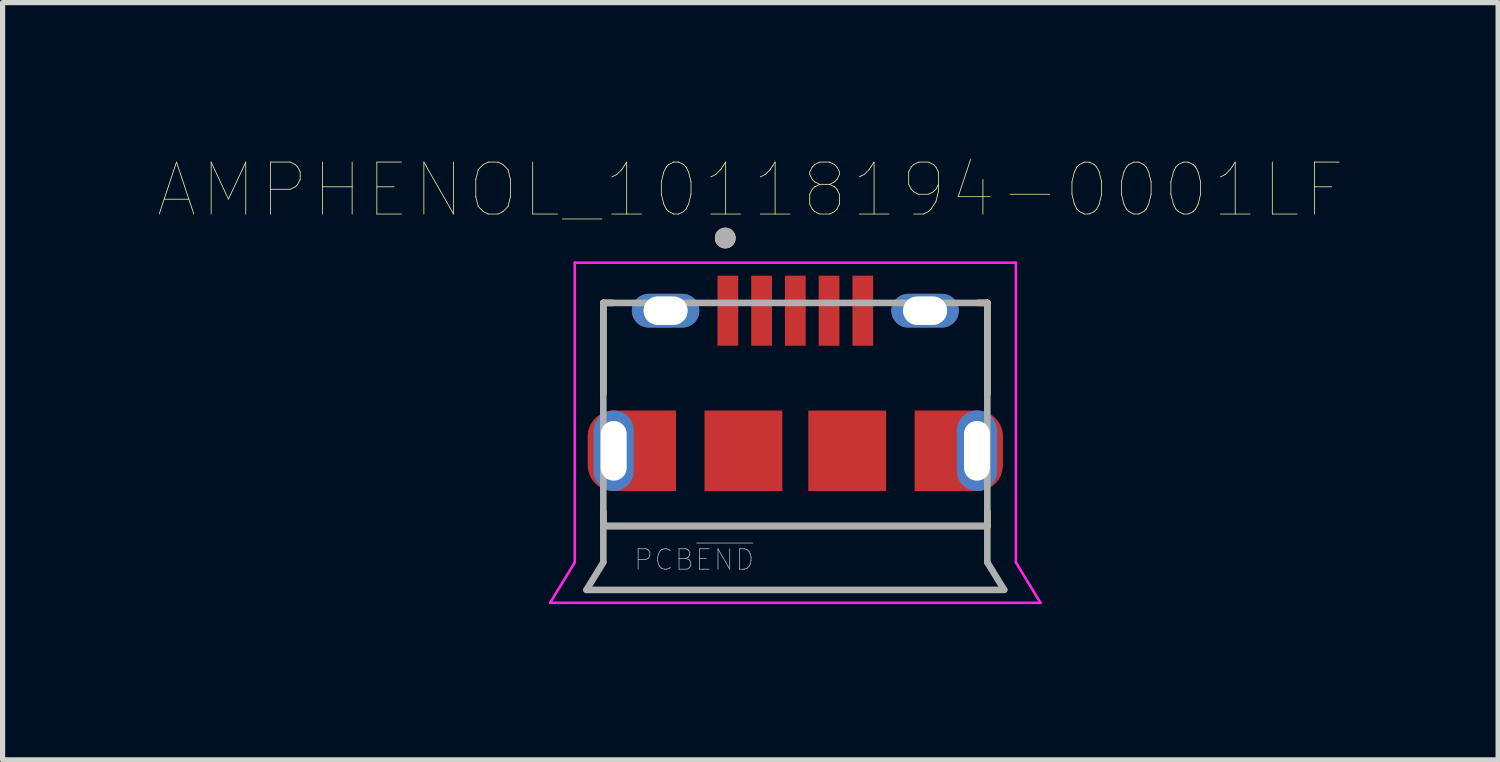
<source format=kicad_pcb>
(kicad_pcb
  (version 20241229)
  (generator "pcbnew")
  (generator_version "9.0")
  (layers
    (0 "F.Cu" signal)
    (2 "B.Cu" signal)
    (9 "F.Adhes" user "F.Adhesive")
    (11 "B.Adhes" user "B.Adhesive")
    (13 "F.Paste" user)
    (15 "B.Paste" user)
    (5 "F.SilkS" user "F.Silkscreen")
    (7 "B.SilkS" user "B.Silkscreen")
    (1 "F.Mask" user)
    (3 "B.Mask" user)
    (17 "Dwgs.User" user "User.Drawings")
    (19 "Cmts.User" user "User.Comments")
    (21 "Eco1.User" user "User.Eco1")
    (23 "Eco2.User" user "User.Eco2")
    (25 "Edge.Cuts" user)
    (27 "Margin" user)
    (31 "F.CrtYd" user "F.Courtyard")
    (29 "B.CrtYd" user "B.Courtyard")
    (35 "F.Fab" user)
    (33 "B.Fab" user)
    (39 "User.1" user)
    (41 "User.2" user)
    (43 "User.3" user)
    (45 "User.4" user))
  (footprint "AMPHENOL_10118194-0001LF"
    (layer "F.Cu")
    (at 12.276 5.637)
    (property "Reference" "AMPHENOL_10118194-0001LF" (at -0.866 -5.025 0) (layer "F.SilkS") (effects (font (size 1.001 1.001) (thickness 0.015))))
    (attr through_hole)
    (fp_poly (pts (xy -2.3 -0.78) (xy -2.3 0.775) (xy -3.498 0.775) (xy -3.498 0.575) (xy -3.486 0.575) (xy -3.473 0.574) (xy -3.46 0.572) (xy -3.447 0.57) (xy -3.434 0.567) (xy -3.422 0.563) (xy -3.41 0.558) (xy -3.398 0.553) (xy -3.386 0.548) (xy -3.374 0.542) (xy -3.363 0.535) (xy -3.353 0.527) (xy -3.342 0.52) (xy -3.332 0.511) (xy -3.323 0.502) (xy -3.314 0.493) (xy -3.305 0.483) (xy -3.298 0.472) (xy -3.29 0.462) (xy -3.283 0.451) (xy -3.277 0.439) (xy -3.272 0.427) (xy -3.267 0.415) (xy -3.262 0.403) (xy -3.258 0.391) (xy -3.255 0.378) (xy -3.253 0.365) (xy -3.251 0.352) (xy -3.25 0.339) (xy -3.25 0.325) (xy -3.25 0.315) (xy -3.25 -0.315) (xy -3.25 -0.325) (xy -3.25 -0.338) (xy -3.251 -0.351) (xy -3.253 -0.364) (xy -3.255 -0.377) (xy -3.259 -0.39) (xy -3.262 -0.402) (xy -3.267 -0.415) (xy -3.272 -0.427) (xy -3.277 -0.438) (xy -3.283 -0.45) (xy -3.29 -0.461) (xy -3.298 -0.472) (xy -3.306 -0.482) (xy -3.314 -0.492) (xy -3.323 -0.502) (xy -3.333 -0.511) (xy -3.343 -0.519) (xy -3.353 -0.527) (xy -3.364 -0.535) (xy -3.375 -0.542) (xy -3.387 -0.548) (xy -3.398 -0.553) (xy -3.41 -0.558) (xy -3.423 -0.563) (xy -3.435 -0.566) (xy -3.448 -0.57) (xy -3.461 -0.572) (xy -3.474 -0.574) (xy -3.487 -0.575) (xy -3.5 -0.575) (xy -3.513 -0.575) (xy -3.526 -0.574) (xy -3.539 -0.572) (xy -3.552 -0.57) (xy -3.565 -0.566) (xy -3.577 -0.563) (xy -3.59 -0.558) (xy -3.602 -0.553) (xy -3.613 -0.548) (xy -3.625 -0.542) (xy -3.636 -0.535) (xy -3.647 -0.527) (xy -3.657 -0.519) (xy -3.667 -0.511) (xy -3.677 -0.502) (xy -3.686 -0.492) (xy -3.694 -0.482) (xy -3.702 -0.472) (xy -3.71 -0.461) (xy -3.717 -0.45) (xy -3.723 -0.438) (xy -3.728 -0.427) (xy -3.733 -0.415) (xy -3.738 -0.402) (xy -3.741 -0.39) (xy -3.745 -0.377) (xy -3.747 -0.364) (xy -3.749 -0.351) (xy -3.75 -0.338) (xy -3.75 -0.325) (xy -3.75 0.325) (xy -3.75 0.339) (xy -3.749 0.352) (xy -3.747 0.365) (xy -3.745 0.378) (xy -3.742 0.391) (xy -3.738 0.403) (xy -3.733 0.415) (xy -3.728 0.427) (xy -3.723 0.439) (xy -3.717 0.451) (xy -3.71 0.462) (xy -3.702 0.472) (xy -3.695 0.483) (xy -3.686 0.493) (xy -3.677 0.502) (xy -3.668 0.511) (xy -3.658 0.52) (xy -3.647 0.527) (xy -3.637 0.535) (xy -3.626 0.542) (xy -3.614 0.548) (xy -3.602 0.553) (xy -3.59 0.558) (xy -3.578 0.563) (xy -3.566 0.567) (xy -3.553 0.57) (xy -3.54 0.572) (xy -3.527 0.574) (xy -3.514 0.575) (xy -3.502 0.575) (xy -3.502 0.775) (xy -3.527 0.774) (xy -3.553 0.772) (xy -3.579 0.769) (xy -3.605 0.764) (xy -3.63 0.758) (xy -3.655 0.751) (xy -3.68 0.742) (xy -3.704 0.732) (xy -3.728 0.721) (xy -3.751 0.708) (xy -3.773 0.695) (xy -3.794 0.68) (xy -3.815 0.664) (xy -3.835 0.647) (xy -3.854 0.629) (xy -3.872 0.61) (xy -3.889 0.59) (xy -3.905 0.569) (xy -3.92 0.548) (xy -3.933 0.526) (xy -3.946 0.503) (xy -3.957 0.479) (xy -3.967 0.455) (xy -3.976 0.43) (xy -3.983 0.405) (xy -3.989 0.38) (xy -3.994 0.354) (xy -3.997 0.328) (xy -3.999 0.302) (xy -4 0.275) (xy -4 -0.275) (xy -3.999 -0.301) (xy -3.997 -0.327) (xy -3.994 -0.353) (xy -3.989 -0.379) (xy -3.983 -0.404) (xy -3.976 -0.43) (xy -3.967 -0.454) (xy -3.957 -0.478) (xy -3.946 -0.502) (xy -3.933 -0.525) (xy -3.919 -0.547) (xy -3.905 -0.569) (xy -3.889 -0.59) (xy -3.872 -0.61) (xy -3.854 -0.629) (xy -3.835 -0.647) (xy -3.815 -0.664) (xy -3.794 -0.68) (xy -3.772 -0.694) (xy -3.75 -0.708) (xy -3.727 -0.721) (xy -3.703 -0.732) (xy -3.679 -0.742) (xy -3.655 -0.751) (xy -3.629 -0.758) (xy -3.604 -0.764) (xy -3.578 -0.769) (xy -3.552 -0.772) (xy -3.526 -0.774) (xy -3.5 -0.775) (xy -2.305 -0.775) (xy -2.305 -0.78) (xy -2.3 -0.78)) (stroke (width 0.001) (type solid)) (fill yes) (layer "F.Cu"))
    (fp_poly (pts (xy 2.3 0.78) (xy 2.3 -0.775) (xy 3.498 -0.775) (xy 3.498 -0.575) (xy 3.486 -0.575) (xy 3.473 -0.574) (xy 3.46 -0.572) (xy 3.447 -0.57) (xy 3.434 -0.567) (xy 3.422 -0.563) (xy 3.41 -0.558) (xy 3.398 -0.553) (xy 3.386 -0.548) (xy 3.374 -0.542) (xy 3.363 -0.535) (xy 3.353 -0.527) (xy 3.342 -0.52) (xy 3.332 -0.511) (xy 3.323 -0.502) (xy 3.314 -0.493) (xy 3.305 -0.483) (xy 3.298 -0.472) (xy 3.29 -0.462) (xy 3.283 -0.451) (xy 3.277 -0.439) (xy 3.272 -0.427) (xy 3.267 -0.415) (xy 3.262 -0.403) (xy 3.258 -0.391) (xy 3.255 -0.378) (xy 3.253 -0.365) (xy 3.251 -0.352) (xy 3.25 -0.339) (xy 3.25 -0.325) (xy 3.25 -0.315) (xy 3.25 0.315) (xy 3.25 0.325) (xy 3.25 0.338) (xy 3.251 0.351) (xy 3.253 0.364) (xy 3.255 0.377) (xy 3.259 0.39) (xy 3.262 0.402) (xy 3.267 0.415) (xy 3.272 0.427) (xy 3.277 0.438) (xy 3.283 0.45) (xy 3.29 0.461) (xy 3.298 0.472) (xy 3.306 0.482) (xy 3.314 0.492) (xy 3.323 0.502) (xy 3.333 0.511) (xy 3.343 0.519) (xy 3.353 0.527) (xy 3.364 0.535) (xy 3.375 0.542) (xy 3.387 0.548) (xy 3.398 0.553) (xy 3.41 0.558) (xy 3.423 0.563) (xy 3.435 0.566) (xy 3.448 0.57) (xy 3.461 0.572) (xy 3.474 0.574) (xy 3.487 0.575) (xy 3.5 0.575) (xy 3.513 0.575) (xy 3.526 0.574) (xy 3.539 0.572) (xy 3.552 0.57) (xy 3.565 0.566) (xy 3.577 0.563) (xy 3.59 0.558) (xy 3.602 0.553) (xy 3.613 0.548) (xy 3.625 0.542) (xy 3.636 0.535) (xy 3.647 0.527) (xy 3.657 0.519) (xy 3.667 0.511) (xy 3.677 0.502) (xy 3.686 0.492) (xy 3.694 0.482) (xy 3.702 0.472) (xy 3.71 0.461) (xy 3.717 0.45) (xy 3.723 0.438) (xy 3.728 0.427) (xy 3.733 0.415) (xy 3.738 0.402) (xy 3.741 0.39) (xy 3.745 0.377) (xy 3.747 0.364) (xy 3.749 0.351) (xy 3.75 0.338) (xy 3.75 0.325) (xy 3.75 -0.325) (xy 3.75 -0.339) (xy 3.749 -0.352) (xy 3.747 -0.365) (xy 3.745 -0.378) (xy 3.742 -0.391) (xy 3.738 -0.403) (xy 3.733 -0.415) (xy 3.728 -0.427) (xy 3.723 -0.439) (xy 3.717 -0.451) (xy 3.71 -0.462) (xy 3.702 -0.472) (xy 3.695 -0.483) (xy 3.686 -0.493) (xy 3.677 -0.502) (xy 3.668 -0.511) (xy 3.658 -0.52) (xy 3.647 -0.527) (xy 3.637 -0.535) (xy 3.626 -0.542) (xy 3.614 -0.548) (xy 3.602 -0.553) (xy 3.59 -0.558) (xy 3.578 -0.563) (xy 3.566 -0.567) (xy 3.553 -0.57) (xy 3.54 -0.572) (xy 3.527 -0.574) (xy 3.514 -0.575) (xy 3.502 -0.575) (xy 3.502 -0.775) (xy 3.527 -0.774) (xy 3.553 -0.772) (xy 3.579 -0.769) (xy 3.605 -0.764) (xy 3.63 -0.758) (xy 3.655 -0.751) (xy 3.68 -0.742) (xy 3.704 -0.732) (xy 3.728 -0.721) (xy 3.751 -0.708) (xy 3.773 -0.695) (xy 3.794 -0.68) (xy 3.815 -0.664) (xy 3.835 -0.647) (xy 3.854 -0.629) (xy 3.872 -0.61) (xy 3.889 -0.59) (xy 3.905 -0.569) (xy 3.92 -0.548) (xy 3.933 -0.526) (xy 3.946 -0.503) (xy 3.957 -0.479) (xy 3.967 -0.455) (xy 3.976 -0.43) (xy 3.983 -0.405) (xy 3.989 -0.38) (xy 3.994 -0.354) (xy 3.997 -0.328) (xy 3.999 -0.302) (xy 4 -0.275) (xy 4 0.275) (xy 3.999 0.301) (xy 3.997 0.327) (xy 3.994 0.353) (xy 3.989 0.379) (xy 3.983 0.404) (xy 3.976 0.43) (xy 3.967 0.454) (xy 3.957 0.478) (xy 3.946 0.502) (xy 3.933 0.525) (xy 3.919 0.547) (xy 3.905 0.569) (xy 3.889 0.59) (xy 3.872 0.61) (xy 3.854 0.629) (xy 3.835 0.647) (xy 3.815 0.664) (xy 3.794 0.68) (xy 3.772 0.694) (xy 3.75 0.708) (xy 3.727 0.721) (xy 3.703 0.732) (xy 3.679 0.742) (xy 3.655 0.751) (xy 3.629 0.758) (xy 3.604 0.764) (xy 3.578 0.769) (xy 3.552 0.772) (xy 3.526 0.774) (xy 3.5 0.775) (xy 2.305 0.775) (xy 2.305 0.78) (xy 2.3 0.78)) (stroke (width 0.001) (type solid)) (fill yes) (layer "F.Cu"))
    (fp_poly (pts (xy -3.6 -0.875) (xy -2.2 -0.875) (xy -2.2 0.875) (xy -3.6 0.875) (xy -3.626 0.874) (xy -3.652 0.872) (xy -3.678 0.869) (xy -3.704 0.864) (xy -3.729 0.858) (xy -3.755 0.851) (xy -3.779 0.842) (xy -3.803 0.832) (xy -3.827 0.821) (xy -3.85 0.808) (xy -3.872 0.794) (xy -3.894 0.78) (xy -3.915 0.764) (xy -3.935 0.747) (xy -3.954 0.729) (xy -3.972 0.71) (xy -3.989 0.69) (xy -4.005 0.669) (xy -4.019 0.647) (xy -4.033 0.625) (xy -4.046 0.602) (xy -4.057 0.578) (xy -4.067 0.554) (xy -4.076 0.53) (xy -4.083 0.504) (xy -4.089 0.479) (xy -4.094 0.453) (xy -4.097 0.427) (xy -4.099 0.401) (xy -4.1 0.375) (xy -4.1 -0.375) (xy -4.099 -0.401) (xy -4.097 -0.427) (xy -4.094 -0.453) (xy -4.089 -0.479) (xy -4.083 -0.504) (xy -4.076 -0.53) (xy -4.067 -0.554) (xy -4.057 -0.578) (xy -4.046 -0.602) (xy -4.033 -0.625) (xy -4.019 -0.647) (xy -4.005 -0.669) (xy -3.989 -0.69) (xy -3.972 -0.71) (xy -3.954 -0.729) (xy -3.935 -0.747) (xy -3.915 -0.764) (xy -3.894 -0.78) (xy -3.872 -0.794) (xy -3.85 -0.808) (xy -3.827 -0.821) (xy -3.803 -0.832) (xy -3.779 -0.842) (xy -3.755 -0.851) (xy -3.729 -0.858) (xy -3.704 -0.864) (xy -3.678 -0.869) (xy -3.652 -0.872) (xy -3.626 -0.874) (xy -3.6 -0.875)) (stroke (width 0.0001) (type solid)) (fill yes) (layer "F.Mask"))
    (fp_poly (pts (xy 3.6 0.875) (xy 2.2 0.875) (xy 2.2 -0.875) (xy 3.6 -0.875) (xy 3.626 -0.874) (xy 3.652 -0.872) (xy 3.678 -0.869) (xy 3.704 -0.864) (xy 3.729 -0.858) (xy 3.755 -0.851) (xy 3.779 -0.842) (xy 3.803 -0.832) (xy 3.827 -0.821) (xy 3.85 -0.808) (xy 3.872 -0.794) (xy 3.894 -0.78) (xy 3.915 -0.764) (xy 3.935 -0.747) (xy 3.954 -0.729) (xy 3.972 -0.71) (xy 3.989 -0.69) (xy 4.005 -0.669) (xy 4.019 -0.647) (xy 4.033 -0.625) (xy 4.046 -0.602) (xy 4.057 -0.578) (xy 4.067 -0.554) (xy 4.076 -0.53) (xy 4.083 -0.504) (xy 4.089 -0.479) (xy 4.094 -0.453) (xy 4.097 -0.427) (xy 4.099 -0.401) (xy 4.1 -0.375) (xy 4.1 0.375) (xy 4.099 0.401) (xy 4.097 0.427) (xy 4.094 0.453) (xy 4.089 0.479) (xy 4.083 0.504) (xy 4.076 0.53) (xy 4.067 0.554) (xy 4.057 0.578) (xy 4.046 0.602) (xy 4.033 0.625) (xy 4.019 0.647) (xy 4.005 0.669) (xy 3.989 0.69) (xy 3.972 0.71) (xy 3.954 0.729) (xy 3.935 0.747) (xy 3.915 0.764) (xy 3.894 0.78) (xy 3.872 0.794) (xy 3.85 0.808) (xy 3.827 0.821) (xy 3.803 0.832) (xy 3.779 0.842) (xy 3.755 0.851) (xy 3.729 0.858) (xy 3.704 0.864) (xy 3.678 0.869) (xy 3.652 0.872) (xy 3.626 0.874) (xy 3.6 0.875)) (stroke (width 0.0001) (type solid)) (fill yes) (layer "F.Mask"))
    (fp_line (start -3.7 -2.85) (end -3.7 -1.095) (stroke (width 0.127) (type solid)) (layer "F.SilkS"))
    (fp_line (start -3.7 -2.85) (end -3.52 -2.85) (stroke (width 0.127) (type solid)) (layer "F.SilkS"))
    (fp_line (start -3.7 1.45) (end -3.7 1.18) (stroke (width 0.127) (type solid)) (layer "F.SilkS"))
    (fp_line (start -3.7 1.45) (end 3.7 1.45) (stroke (width 0.127) (type solid)) (layer "F.SilkS"))
    (fp_line (start 3.7 -2.85) (end 3.52 -2.85) (stroke (width 0.127) (type solid)) (layer "F.SilkS"))
    (fp_line (start 3.7 -2.85) (end 3.7 -1.095) (stroke (width 0.127) (type solid)) (layer "F.SilkS"))
    (fp_line (start 3.7 1.18) (end 3.7 1.45) (stroke (width 0.127) (type solid)) (layer "F.SilkS"))
    (fp_circle (center -1.35 -4.1) (end -1.25 -4.1) (stroke (width 0.2) (type solid)) (fill no) (layer "F.SilkS"))
    (fp_line (start -3.5 -0.77) (end -3.5 -0.6) (stroke (width 0.0001) (type solid)) (layer "F.Paste"))
    (fp_line (start 3.5 0.77) (end 3.5 0.6) (stroke (width 0.0001) (type solid)) (layer "F.Paste"))
    (fp_poly (pts (xy -3.5 -0.775) (xy -3.5 -0.575) (xy -3.487 -0.575) (xy -3.474 -0.574) (xy -3.461 -0.572) (xy -3.448 -0.57) (xy -3.435 -0.566) (xy -3.423 -0.563) (xy -3.41 -0.558) (xy -3.398 -0.553) (xy -3.387 -0.548) (xy -3.375 -0.542) (xy -3.364 -0.535) (xy -3.353 -0.527) (xy -3.343 -0.519) (xy -3.333 -0.511) (xy -3.323 -0.502) (xy -3.314 -0.492) (xy -3.306 -0.482) (xy -3.298 -0.472) (xy -3.29 -0.461) (xy -3.283 -0.45) (xy -3.277 -0.438) (xy -3.272 -0.427) (xy -3.267 -0.415) (xy -3.262 -0.402) (xy -3.259 -0.39) (xy -3.255 -0.377) (xy -3.253 -0.364) (xy -3.251 -0.351) (xy -3.25 -0.338) (xy -3.25 -0.325) (xy -3.25 0.325) (xy -3.25 0.338) (xy -3.251 0.351) (xy -3.253 0.364) (xy -3.255 0.377) (xy -3.259 0.39) (xy -3.262 0.402) (xy -3.267 0.415) (xy -3.272 0.427) (xy -3.277 0.438) (xy -3.283 0.45) (xy -3.29 0.461) (xy -3.298 0.472) (xy -3.306 0.482) (xy -3.314 0.492) (xy -3.323 0.502) (xy -3.333 0.511) (xy -3.343 0.519) (xy -3.353 0.527) (xy -3.364 0.535) (xy -3.375 0.542) (xy -3.387 0.548) (xy -3.398 0.553) (xy -3.41 0.558) (xy -3.423 0.563) (xy -3.435 0.566) (xy -3.448 0.57) (xy -3.461 0.572) (xy -3.474 0.574) (xy -3.487 0.575) (xy -3.5 0.575) (xy -3.5 0.775) (xy -2.3 0.775) (xy -2.3 -0.775) (xy -3.5 -0.775)) (stroke (width 0.0001) (type solid)) (fill yes) (layer "F.Paste"))
    (fp_poly (pts (xy 3.5 0.775) (xy 3.5 0.575) (xy 3.487 0.575) (xy 3.474 0.574) (xy 3.461 0.572) (xy 3.448 0.57) (xy 3.435 0.566) (xy 3.423 0.563) (xy 3.41 0.558) (xy 3.398 0.553) (xy 3.387 0.548) (xy 3.375 0.542) (xy 3.364 0.535) (xy 3.353 0.527) (xy 3.343 0.519) (xy 3.333 0.511) (xy 3.323 0.502) (xy 3.314 0.492) (xy 3.306 0.482) (xy 3.298 0.472) (xy 3.29 0.461) (xy 3.283 0.45) (xy 3.277 0.438) (xy 3.272 0.427) (xy 3.267 0.415) (xy 3.262 0.402) (xy 3.259 0.39) (xy 3.255 0.377) (xy 3.253 0.364) (xy 3.251 0.351) (xy 3.25 0.338) (xy 3.25 0.325) (xy 3.25 -0.325) (xy 3.25 -0.338) (xy 3.251 -0.351) (xy 3.253 -0.364) (xy 3.255 -0.377) (xy 3.259 -0.39) (xy 3.262 -0.402) (xy 3.267 -0.415) (xy 3.272 -0.427) (xy 3.277 -0.438) (xy 3.283 -0.45) (xy 3.29 -0.461) (xy 3.298 -0.472) (xy 3.306 -0.482) (xy 3.314 -0.492) (xy 3.323 -0.502) (xy 3.333 -0.511) (xy 3.343 -0.519) (xy 3.353 -0.527) (xy 3.364 -0.535) (xy 3.375 -0.542) (xy 3.387 -0.548) (xy 3.398 -0.553) (xy 3.41 -0.558) (xy 3.423 -0.563) (xy 3.435 -0.566) (xy 3.448 -0.57) (xy 3.461 -0.572) (xy 3.474 -0.574) (xy 3.487 -0.575) (xy 3.5 -0.575) (xy 3.5 -0.775) (xy 2.3 -0.775) (xy 2.3 0.775) (xy 3.5 0.775)) (stroke (width 0.0001) (type solid)) (fill yes) (layer "F.Paste"))
    (fp_poly (pts (xy -3.5 -0.775) (xy -3.5 -0.575) (xy -3.513 -0.575) (xy -3.526 -0.574) (xy -3.539 -0.572) (xy -3.552 -0.57) (xy -3.565 -0.566) (xy -3.577 -0.563) (xy -3.59 -0.558) (xy -3.602 -0.553) (xy -3.613 -0.548) (xy -3.625 -0.542) (xy -3.636 -0.535) (xy -3.647 -0.527) (xy -3.657 -0.519) (xy -3.667 -0.511) (xy -3.677 -0.502) (xy -3.686 -0.492) (xy -3.694 -0.482) (xy -3.702 -0.472) (xy -3.71 -0.461) (xy -3.717 -0.45) (xy -3.723 -0.438) (xy -3.728 -0.427) (xy -3.733 -0.415) (xy -3.738 -0.402) (xy -3.741 -0.39) (xy -3.745 -0.377) (xy -3.747 -0.364) (xy -3.749 -0.351) (xy -3.75 -0.338) (xy -3.75 -0.325) (xy -3.75 0.325) (xy -3.75 0.338) (xy -3.749 0.351) (xy -3.747 0.364) (xy -3.745 0.377) (xy -3.741 0.39) (xy -3.738 0.402) (xy -3.733 0.415) (xy -3.728 0.427) (xy -3.723 0.438) (xy -3.717 0.45) (xy -3.71 0.461) (xy -3.702 0.472) (xy -3.694 0.482) (xy -3.686 0.492) (xy -3.677 0.502) (xy -3.667 0.511) (xy -3.657 0.519) (xy -3.647 0.527) (xy -3.636 0.535) (xy -3.625 0.542) (xy -3.613 0.548) (xy -3.602 0.553) (xy -3.59 0.558) (xy -3.577 0.563) (xy -3.565 0.566) (xy -3.552 0.57) (xy -3.539 0.572) (xy -3.526 0.574) (xy -3.513 0.575) (xy -3.5 0.575) (xy -3.5 0.775) (xy -3.526 0.774) (xy -3.552 0.772) (xy -3.578 0.769) (xy -3.604 0.764) (xy -3.629 0.758) (xy -3.655 0.751) (xy -3.679 0.742) (xy -3.703 0.732) (xy -3.727 0.721) (xy -3.75 0.708) (xy -3.772 0.694) (xy -3.794 0.68) (xy -3.815 0.664) (xy -3.835 0.647) (xy -3.854 0.629) (xy -3.872 0.61) (xy -3.889 0.59) (xy -3.905 0.569) (xy -3.919 0.547) (xy -3.933 0.525) (xy -3.946 0.502) (xy -3.957 0.478) (xy -3.967 0.454) (xy -3.976 0.43) (xy -3.983 0.404) (xy -3.989 0.379) (xy -3.994 0.353) (xy -3.997 0.327) (xy -3.999 0.301) (xy -4 0.275) (xy -4 -0.275) (xy -3.999 -0.301) (xy -3.997 -0.327) (xy -3.994 -0.353) (xy -3.989 -0.379) (xy -3.983 -0.404) (xy -3.976 -0.43) (xy -3.967 -0.454) (xy -3.957 -0.478) (xy -3.946 -0.502) (xy -3.933 -0.525) (xy -3.919 -0.547) (xy -3.905 -0.569) (xy -3.889 -0.59) (xy -3.872 -0.61) (xy -3.854 -0.629) (xy -3.835 -0.647) (xy -3.815 -0.664) (xy -3.794 -0.68) (xy -3.772 -0.694) (xy -3.75 -0.708) (xy -3.727 -0.721) (xy -3.703 -0.732) (xy -3.679 -0.742) (xy -3.655 -0.751) (xy -3.629 -0.758) (xy -3.604 -0.764) (xy -3.578 -0.769) (xy -3.552 -0.772) (xy -3.526 -0.774) (xy -3.5 -0.775)) (stroke (width 0.0001) (type solid)) (fill yes) (layer "F.Paste"))
    (fp_poly (pts (xy 3.5 0.775) (xy 3.5 0.575) (xy 3.513 0.575) (xy 3.526 0.574) (xy 3.539 0.572) (xy 3.552 0.57) (xy 3.565 0.566) (xy 3.577 0.563) (xy 3.59 0.558) (xy 3.602 0.553) (xy 3.613 0.548) (xy 3.625 0.542) (xy 3.636 0.535) (xy 3.647 0.527) (xy 3.657 0.519) (xy 3.667 0.511) (xy 3.677 0.502) (xy 3.686 0.492) (xy 3.694 0.482) (xy 3.702 0.472) (xy 3.71 0.461) (xy 3.717 0.45) (xy 3.723 0.438) (xy 3.728 0.427) (xy 3.733 0.415) (xy 3.738 0.402) (xy 3.741 0.39) (xy 3.745 0.377) (xy 3.747 0.364) (xy 3.749 0.351) (xy 3.75 0.338) (xy 3.75 0.325) (xy 3.75 -0.325) (xy 3.75 -0.338) (xy 3.749 -0.351) (xy 3.747 -0.364) (xy 3.745 -0.377) (xy 3.741 -0.39) (xy 3.738 -0.402) (xy 3.733 -0.415) (xy 3.728 -0.427) (xy 3.723 -0.438) (xy 3.717 -0.45) (xy 3.71 -0.461) (xy 3.702 -0.472) (xy 3.694 -0.482) (xy 3.686 -0.492) (xy 3.677 -0.502) (xy 3.667 -0.511) (xy 3.657 -0.519) (xy 3.647 -0.527) (xy 3.636 -0.535) (xy 3.625 -0.542) (xy 3.613 -0.548) (xy 3.602 -0.553) (xy 3.59 -0.558) (xy 3.577 -0.563) (xy 3.565 -0.566) (xy 3.552 -0.57) (xy 3.539 -0.572) (xy 3.526 -0.574) (xy 3.513 -0.575) (xy 3.5 -0.575) (xy 3.5 -0.775) (xy 3.526 -0.774) (xy 3.552 -0.772) (xy 3.578 -0.769) (xy 3.604 -0.764) (xy 3.629 -0.758) (xy 3.655 -0.751) (xy 3.679 -0.742) (xy 3.703 -0.732) (xy 3.727 -0.721) (xy 3.75 -0.708) (xy 3.772 -0.694) (xy 3.794 -0.68) (xy 3.815 -0.664) (xy 3.835 -0.647) (xy 3.854 -0.629) (xy 3.872 -0.61) (xy 3.889 -0.59) (xy 3.905 -0.569) (xy 3.919 -0.547) (xy 3.933 -0.525) (xy 3.946 -0.502) (xy 3.957 -0.478) (xy 3.967 -0.454) (xy 3.976 -0.43) (xy 3.983 -0.404) (xy 3.989 -0.379) (xy 3.994 -0.353) (xy 3.997 -0.327) (xy 3.999 -0.301) (xy 4 -0.275) (xy 4 0.275) (xy 3.999 0.301) (xy 3.997 0.327) (xy 3.994 0.353) (xy 3.989 0.379) (xy 3.983 0.404) (xy 3.976 0.43) (xy 3.967 0.454) (xy 3.957 0.478) (xy 3.946 0.502) (xy 3.933 0.525) (xy 3.919 0.547) (xy 3.905 0.569) (xy 3.889 0.59) (xy 3.872 0.61) (xy 3.854 0.629) (xy 3.835 0.647) (xy 3.815 0.664) (xy 3.794 0.68) (xy 3.772 0.694) (xy 3.75 0.708) (xy 3.727 0.721) (xy 3.703 0.732) (xy 3.679 0.742) (xy 3.655 0.751) (xy 3.629 0.758) (xy 3.604 0.764) (xy 3.578 0.769) (xy 3.552 0.772) (xy 3.526 0.774) (xy 3.5 0.775)) (stroke (width 0.0001) (type solid)) (fill yes) (layer "F.Paste"))
    (fp_line (start -4.725 2.93) (end -4.25 2.15) (stroke (width 0.05) (type solid)) (layer "F.CrtYd"))
    (fp_line (start -4.25 -3.625) (end 4.25 -3.625) (stroke (width 0.05) (type solid)) (layer "F.CrtYd"))
    (fp_line (start -4.25 2.15) (end -4.25 -3.625) (stroke (width 0.05) (type solid)) (layer "F.CrtYd"))
    (fp_line (start 4.25 2.15) (end 4.25 -3.625) (stroke (width 0.05) (type solid)) (layer "F.CrtYd"))
    (fp_line (start 4.725 2.93) (end -4.725 2.93) (stroke (width 0.05) (type solid)) (layer "F.CrtYd"))
    (fp_line (start 4.725 2.93) (end 4.25 2.15) (stroke (width 0.05) (type solid)) (layer "F.CrtYd"))
    (fp_line (start -4.025 2.68) (end 4.025 2.68) (stroke (width 0.127) (type solid)) (layer "F.Fab"))
    (fp_line (start -3.7 -2.85) (end -3.7 1.45) (stroke (width 0.127) (type solid)) (layer "F.Fab"))
    (fp_line (start -3.7 -2.85) (end 3.7 -2.85) (stroke (width 0.127) (type solid)) (layer "F.Fab"))
    (fp_line (start -3.7 1.45) (end -3.7 2.15) (stroke (width 0.127) (type solid)) (layer "F.Fab"))
    (fp_line (start -3.7 1.45) (end 3.7 1.45) (stroke (width 0.127) (type solid)) (layer "F.Fab"))
    (fp_line (start -3.7 2.15) (end -4.025 2.68) (stroke (width 0.127) (type solid)) (layer "F.Fab"))
    (fp_line (start 3.7 1.45) (end 3.7 -2.85) (stroke (width 0.127) (type solid)) (layer "F.Fab"))
    (fp_line (start 3.7 2.15) (end 3.7 1.45) (stroke (width 0.127) (type solid)) (layer "F.Fab"))
    (fp_line (start 4.025 2.68) (end 3.7 2.15) (stroke (width 0.127) (type solid)) (layer "F.Fab"))
    (fp_circle (center -1.35 -4.1) (end -1.25 -4.1) (stroke (width 0.2) (type solid)) (fill no) (layer "F.Fab"))
    (fp_text user "PCB~{END}" (at -1.95 2.1 0) (layer "F.Fab") (effects (font (size 0.394 0.394) (thickness 0.015))))
    (pad "1" smd rect (at -1.3 -2.7) (size 0.4 1.35) (layers "F.Cu" "F.Mask" "F.Paste"))
    (pad "2" smd rect (at -0.65 -2.7) (size 0.4 1.35) (layers "F.Cu" "F.Mask" "F.Paste"))
    (pad "3" smd rect (at 0 -2.7) (size 0.4 1.35) (layers "F.Cu" "F.Mask" "F.Paste"))
    (pad "4" smd rect (at 0.65 -2.7) (size 0.4 1.35) (layers "F.Cu" "F.Mask" "F.Paste"))
    (pad "5" smd rect (at 1.3 -2.7) (size 0.4 1.35) (layers "F.Cu" "F.Mask" "F.Paste"))
    (pad "S1" thru_hole oval (at -2.5 -2.7) (size 1.3 0.65) (drill oval 0.85 0.55) (layers "*.Cu" "*.Mask"))
    (pad "S2" thru_hole oval (at 2.5 -2.7) (size 1.3 0.65) (drill oval 0.85 0.55) (layers "*.Cu" "*.Mask"))
    (pad "S3" thru_hole oval (at -3.5 0) (size 0.775 1.55) (drill oval 0.5 1.15) (layers "*.Cu" "*.Mask"))
    (pad "S4" smd rect (at -1 0) (size 1.5 1.55) (layers "F.Cu" "F.Mask" "F.Paste"))
    (pad "S5" smd rect (at 1 0) (size 1.5 1.55) (layers "F.Cu" "F.Mask" "F.Paste"))
    (pad "S6" thru_hole oval (at 3.5 0) (size 0.775 1.55) (drill oval 0.5 1.15) (layers "*.Cu" "*.Mask")))
  (gr_rect
    (start -3 -3)
    (end 25.819 11.592)
    (stroke (width 0.1) (type default))
    (fill no)
    (layer "Edge.Cuts")))
</source>
